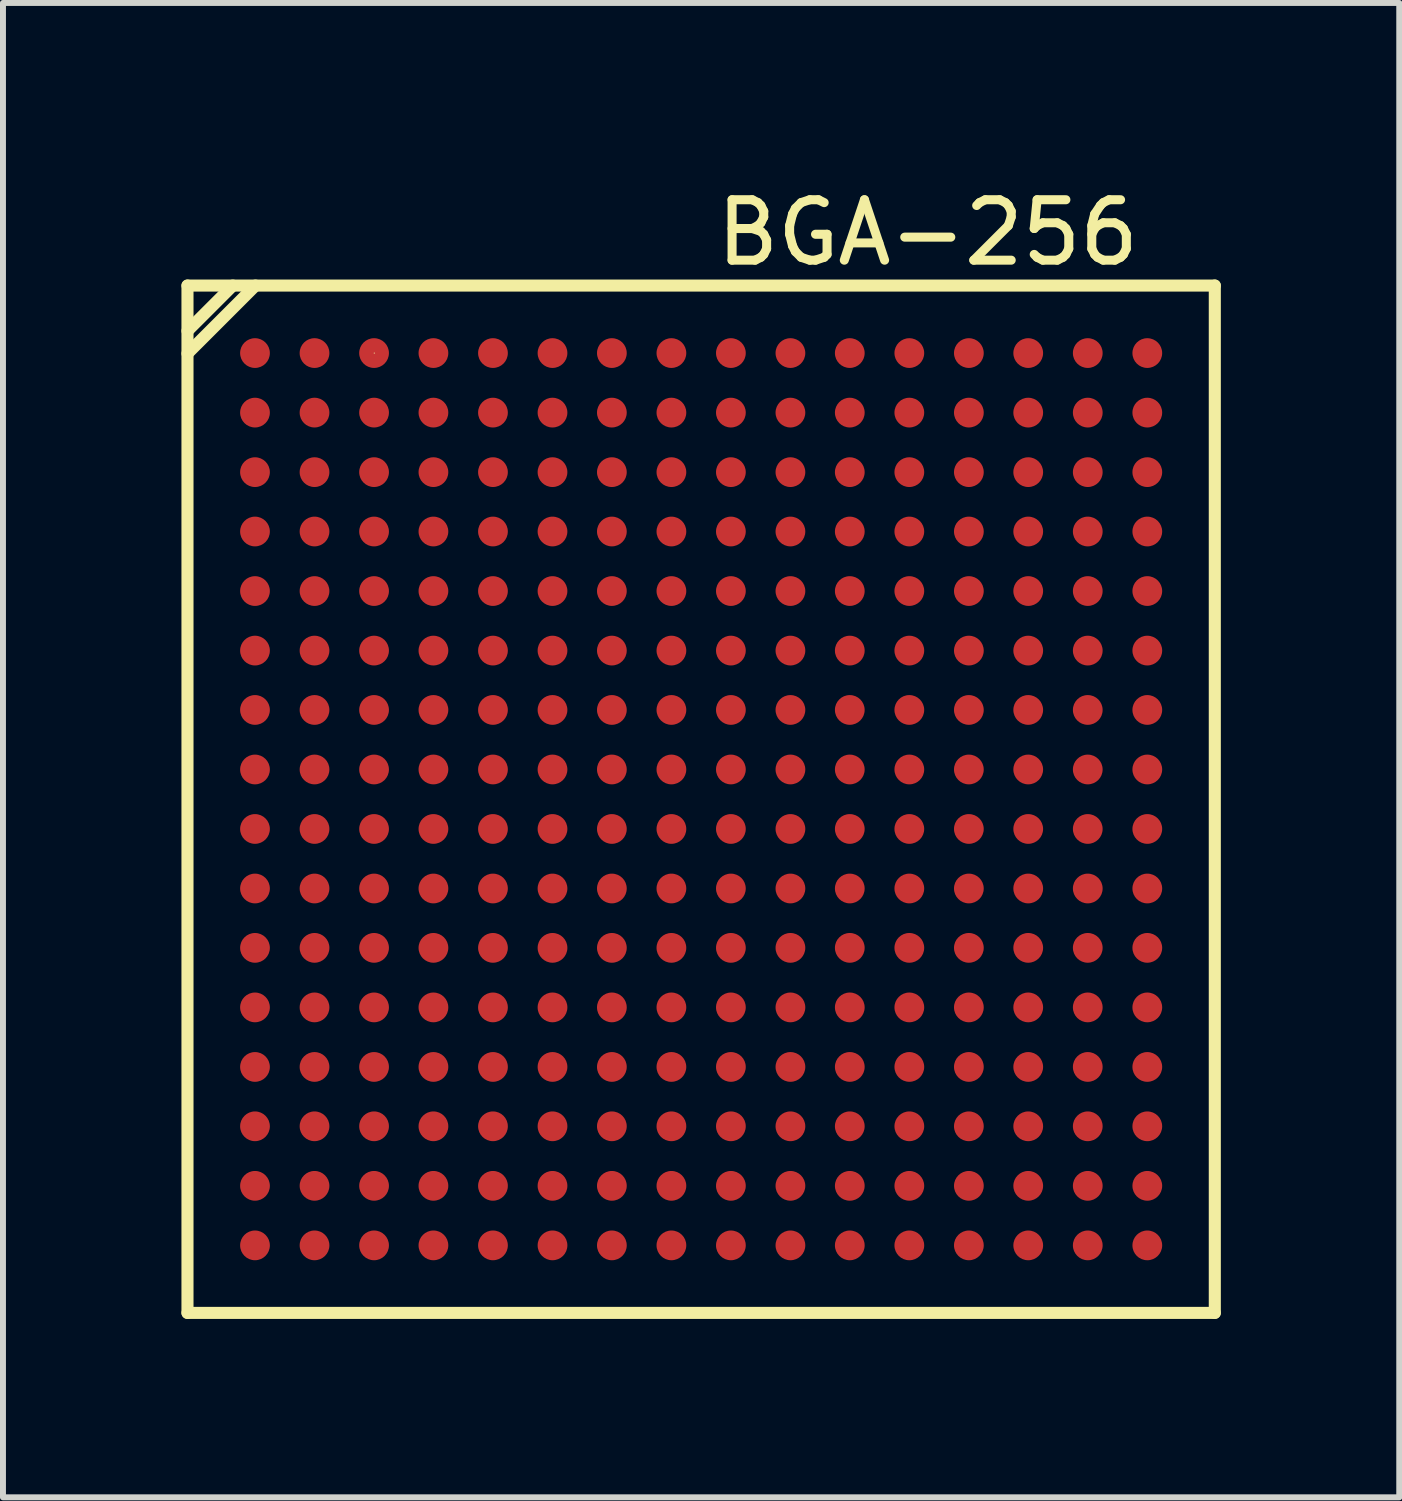
<source format=kicad_pcb>
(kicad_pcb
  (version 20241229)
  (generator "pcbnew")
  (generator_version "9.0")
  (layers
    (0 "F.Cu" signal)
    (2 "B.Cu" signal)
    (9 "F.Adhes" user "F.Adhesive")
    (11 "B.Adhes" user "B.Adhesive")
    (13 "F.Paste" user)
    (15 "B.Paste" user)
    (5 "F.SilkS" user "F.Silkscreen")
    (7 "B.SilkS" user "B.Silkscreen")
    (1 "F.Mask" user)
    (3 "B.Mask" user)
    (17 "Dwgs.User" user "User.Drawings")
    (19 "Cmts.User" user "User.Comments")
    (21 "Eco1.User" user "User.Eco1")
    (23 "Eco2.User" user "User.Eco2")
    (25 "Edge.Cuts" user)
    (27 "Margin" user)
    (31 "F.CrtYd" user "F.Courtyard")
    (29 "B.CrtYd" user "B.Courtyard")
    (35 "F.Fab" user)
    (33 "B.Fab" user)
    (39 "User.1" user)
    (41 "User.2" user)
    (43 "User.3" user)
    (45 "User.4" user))
  (footprint "BGA-256"
    (layer "F.Cu")
    (at 8.738 10.387)
    (property "Reference" "BGA-256" (at 3.81 -9.525 0) (layer "F.SilkS") (effects (font (size 1.016 1.016) (thickness 0.152))))
    (attr smd)
    (fp_line (start -8.636 -8.636) (end 8.636 -8.636) (stroke (width 0.203) (type solid)) (layer "F.SilkS"))
    (fp_line (start -8.636 -7.874) (end -7.874 -8.636) (stroke (width 0.203) (type solid)) (layer "F.SilkS"))
    (fp_line (start -8.636 -7.493) (end -7.493 -8.636) (stroke (width 0.203) (type solid)) (layer "F.SilkS"))
    (fp_line (start -8.636 8.636) (end -8.636 -8.636) (stroke (width 0.203) (type solid)) (layer "F.SilkS"))
    (fp_line (start -5.499 -7.501) (end -5.489 -7.501) (stroke (width 0.013) (type solid)) (layer "F.SilkS"))
    (fp_line (start 8.636 -8.636) (end 8.636 8.636) (stroke (width 0.203) (type solid)) (layer "F.SilkS"))
    (fp_line (start 8.636 8.636) (end -8.636 8.636) (stroke (width 0.203) (type solid)) (layer "F.SilkS"))
    (pad "A1" smd circle (at -7.501 -7.501) (size 0.5 0.5) (layers "F.Cu" "F.Mask" "F.Paste"))
    (pad "A2" smd circle (at -6.5 -7.501) (size 0.5 0.5) (layers "F.Cu" "F.Mask" "F.Paste"))
    (pad "A3" smd circle (at -5.499 -7.501) (size 0.5 0.5) (layers "F.Cu" "F.Mask" "F.Paste"))
    (pad "A4" smd circle (at -4.501 -7.501) (size 0.5 0.5) (layers "F.Cu" "F.Mask" "F.Paste"))
    (pad "A5" smd circle (at -3.5 -7.501) (size 0.5 0.5) (layers "F.Cu" "F.Mask" "F.Paste"))
    (pad "A6" smd circle (at -2.499 -7.501) (size 0.5 0.5) (layers "F.Cu" "F.Mask" "F.Paste"))
    (pad "A7" smd circle (at -1.501 -7.501) (size 0.5 0.5) (layers "F.Cu" "F.Mask" "F.Paste"))
    (pad "A8" smd circle (at -0.5 -7.501) (size 0.5 0.5) (layers "F.Cu" "F.Mask" "F.Paste"))
    (pad "A9" smd circle (at 0.5 -7.501) (size 0.5 0.5) (layers "F.Cu" "F.Mask" "F.Paste"))
    (pad "A10" smd circle (at 1.501 -7.501) (size 0.5 0.5) (layers "F.Cu" "F.Mask" "F.Paste"))
    (pad "A11" smd circle (at 2.499 -7.501) (size 0.5 0.5) (layers "F.Cu" "F.Mask" "F.Paste"))
    (pad "A12" smd circle (at 3.5 -7.501) (size 0.5 0.5) (layers "F.Cu" "F.Mask" "F.Paste"))
    (pad "A13" smd circle (at 4.501 -7.501) (size 0.5 0.5) (layers "F.Cu" "F.Mask" "F.Paste"))
    (pad "A14" smd circle (at 5.499 -7.501) (size 0.5 0.5) (layers "F.Cu" "F.Mask" "F.Paste"))
    (pad "A15" smd circle (at 6.5 -7.501) (size 0.5 0.5) (layers "F.Cu" "F.Mask" "F.Paste"))
    (pad "A16" smd circle (at 7.501 -7.501) (size 0.5 0.5) (layers "F.Cu" "F.Mask" "F.Paste"))
    (pad "B1" smd circle (at -7.501 -6.5) (size 0.5 0.5) (layers "F.Cu" "F.Mask" "F.Paste"))
    (pad "B2" smd circle (at -6.5 -6.5) (size 0.5 0.5) (layers "F.Cu" "F.Mask" "F.Paste"))
    (pad "B3" smd circle (at -5.499 -6.5) (size 0.5 0.5) (layers "F.Cu" "F.Mask" "F.Paste"))
    (pad "B4" smd circle (at -4.501 -6.5) (size 0.5 0.5) (layers "F.Cu" "F.Mask" "F.Paste"))
    (pad "B5" smd circle (at -3.5 -6.5) (size 0.5 0.5) (layers "F.Cu" "F.Mask" "F.Paste"))
    (pad "B6" smd circle (at -2.499 -6.5) (size 0.5 0.5) (layers "F.Cu" "F.Mask" "F.Paste"))
    (pad "B7" smd circle (at -1.501 -6.5) (size 0.5 0.5) (layers "F.Cu" "F.Mask" "F.Paste"))
    (pad "B8" smd circle (at -0.5 -6.5) (size 0.5 0.5) (layers "F.Cu" "F.Mask" "F.Paste"))
    (pad "B9" smd circle (at 0.5 -6.5) (size 0.5 0.5) (layers "F.Cu" "F.Mask" "F.Paste"))
    (pad "B10" smd circle (at 1.501 -6.5) (size 0.5 0.5) (layers "F.Cu" "F.Mask" "F.Paste"))
    (pad "B11" smd circle (at 2.499 -6.5) (size 0.5 0.5) (layers "F.Cu" "F.Mask" "F.Paste"))
    (pad "B12" smd circle (at 3.5 -6.5) (size 0.5 0.5) (layers "F.Cu" "F.Mask" "F.Paste"))
    (pad "B13" smd circle (at 4.501 -6.5) (size 0.5 0.5) (layers "F.Cu" "F.Mask" "F.Paste"))
    (pad "B14" smd circle (at 5.499 -6.5) (size 0.5 0.5) (layers "F.Cu" "F.Mask" "F.Paste"))
    (pad "B15" smd circle (at 6.5 -6.5) (size 0.5 0.5) (layers "F.Cu" "F.Mask" "F.Paste"))
    (pad "B16" smd circle (at 7.501 -6.5) (size 0.5 0.5) (layers "F.Cu" "F.Mask" "F.Paste"))
    (pad "C1" smd circle (at -7.501 -5.499) (size 0.5 0.5) (layers "F.Cu" "F.Mask" "F.Paste"))
    (pad "C2" smd circle (at -6.5 -5.499) (size 0.5 0.5) (layers "F.Cu" "F.Mask" "F.Paste"))
    (pad "C3" smd circle (at -5.499 -5.499) (size 0.5 0.5) (layers "F.Cu" "F.Mask" "F.Paste"))
    (pad "C4" smd circle (at -4.501 -5.499) (size 0.5 0.5) (layers "F.Cu" "F.Mask" "F.Paste"))
    (pad "C5" smd circle (at -3.5 -5.499) (size 0.5 0.5) (layers "F.Cu" "F.Mask" "F.Paste"))
    (pad "C6" smd circle (at -2.499 -5.499) (size 0.5 0.5) (layers "F.Cu" "F.Mask" "F.Paste"))
    (pad "C7" smd circle (at -1.501 -5.499) (size 0.5 0.5) (layers "F.Cu" "F.Mask" "F.Paste"))
    (pad "C8" smd circle (at -0.5 -5.499) (size 0.5 0.5) (layers "F.Cu" "F.Mask" "F.Paste"))
    (pad "C9" smd circle (at 0.5 -5.499) (size 0.5 0.5) (layers "F.Cu" "F.Mask" "F.Paste"))
    (pad "C10" smd circle (at 1.501 -5.499) (size 0.5 0.5) (layers "F.Cu" "F.Mask" "F.Paste"))
    (pad "C11" smd circle (at 2.499 -5.499) (size 0.5 0.5) (layers "F.Cu" "F.Mask" "F.Paste"))
    (pad "C12" smd circle (at 3.5 -5.499) (size 0.5 0.5) (layers "F.Cu" "F.Mask" "F.Paste"))
    (pad "C13" smd circle (at 4.501 -5.499) (size 0.5 0.5) (layers "F.Cu" "F.Mask" "F.Paste"))
    (pad "C14" smd circle (at 5.499 -5.499) (size 0.5 0.5) (layers "F.Cu" "F.Mask" "F.Paste"))
    (pad "C15" smd circle (at 6.5 -5.499) (size 0.5 0.5) (layers "F.Cu" "F.Mask" "F.Paste"))
    (pad "C16" smd circle (at 7.501 -5.499) (size 0.5 0.5) (layers "F.Cu" "F.Mask" "F.Paste"))
    (pad "D1" smd circle (at -7.501 -4.501) (size 0.5 0.5) (layers "F.Cu" "F.Mask" "F.Paste"))
    (pad "D2" smd circle (at -6.5 -4.501) (size 0.5 0.5) (layers "F.Cu" "F.Mask" "F.Paste"))
    (pad "D3" smd circle (at -5.499 -4.501) (size 0.5 0.5) (layers "F.Cu" "F.Mask" "F.Paste"))
    (pad "D4" smd circle (at -4.501 -4.501) (size 0.5 0.5) (layers "F.Cu" "F.Mask" "F.Paste"))
    (pad "D5" smd circle (at -3.5 -4.501) (size 0.5 0.5) (layers "F.Cu" "F.Mask" "F.Paste"))
    (pad "D6" smd circle (at -2.499 -4.501) (size 0.5 0.5) (layers "F.Cu" "F.Mask" "F.Paste"))
    (pad "D7" smd circle (at -1.501 -4.501) (size 0.5 0.5) (layers "F.Cu" "F.Mask" "F.Paste"))
    (pad "D8" smd circle (at -0.5 -4.501) (size 0.5 0.5) (layers "F.Cu" "F.Mask" "F.Paste"))
    (pad "D9" smd circle (at 0.5 -4.501) (size 0.5 0.5) (layers "F.Cu" "F.Mask" "F.Paste"))
    (pad "D10" smd circle (at 1.501 -4.501) (size 0.5 0.5) (layers "F.Cu" "F.Mask" "F.Paste"))
    (pad "D11" smd circle (at 2.499 -4.501) (size 0.5 0.5) (layers "F.Cu" "F.Mask" "F.Paste"))
    (pad "D12" smd circle (at 3.5 -4.501) (size 0.5 0.5) (layers "F.Cu" "F.Mask" "F.Paste"))
    (pad "D13" smd circle (at 4.501 -4.501) (size 0.5 0.5) (layers "F.Cu" "F.Mask" "F.Paste"))
    (pad "D14" smd circle (at 5.499 -4.501) (size 0.5 0.5) (layers "F.Cu" "F.Mask" "F.Paste"))
    (pad "D15" smd circle (at 6.5 -4.501) (size 0.5 0.5) (layers "F.Cu" "F.Mask" "F.Paste"))
    (pad "D16" smd circle (at 7.501 -4.501) (size 0.5 0.5) (layers "F.Cu" "F.Mask" "F.Paste"))
    (pad "E1" smd circle (at -7.501 -3.5) (size 0.5 0.5) (layers "F.Cu" "F.Mask" "F.Paste"))
    (pad "E2" smd circle (at -6.5 -3.5) (size 0.5 0.5) (layers "F.Cu" "F.Mask" "F.Paste"))
    (pad "E3" smd circle (at -5.499 -3.5) (size 0.5 0.5) (layers "F.Cu" "F.Mask" "F.Paste"))
    (pad "E4" smd circle (at -4.501 -3.5) (size 0.5 0.5) (layers "F.Cu" "F.Mask" "F.Paste"))
    (pad "E5" smd circle (at -3.5 -3.5) (size 0.5 0.5) (layers "F.Cu" "F.Mask" "F.Paste"))
    (pad "E6" smd circle (at -2.499 -3.5) (size 0.5 0.5) (layers "F.Cu" "F.Mask" "F.Paste"))
    (pad "E7" smd circle (at -1.501 -3.5) (size 0.5 0.5) (layers "F.Cu" "F.Mask" "F.Paste"))
    (pad "E8" smd circle (at -0.5 -3.5) (size 0.5 0.5) (layers "F.Cu" "F.Mask" "F.Paste"))
    (pad "E9" smd circle (at 0.5 -3.5) (size 0.5 0.5) (layers "F.Cu" "F.Mask" "F.Paste"))
    (pad "E10" smd circle (at 1.501 -3.5) (size 0.5 0.5) (layers "F.Cu" "F.Mask" "F.Paste"))
    (pad "E11" smd circle (at 2.499 -3.5) (size 0.5 0.5) (layers "F.Cu" "F.Mask" "F.Paste"))
    (pad "E12" smd circle (at 3.5 -3.5) (size 0.5 0.5) (layers "F.Cu" "F.Mask" "F.Paste"))
    (pad "E13" smd circle (at 4.501 -3.5) (size 0.5 0.5) (layers "F.Cu" "F.Mask" "F.Paste"))
    (pad "E14" smd circle (at 5.499 -3.5) (size 0.5 0.5) (layers "F.Cu" "F.Mask" "F.Paste"))
    (pad "E15" smd circle (at 6.5 -3.5) (size 0.5 0.5) (layers "F.Cu" "F.Mask" "F.Paste"))
    (pad "E16" smd circle (at 7.501 -3.5) (size 0.5 0.5) (layers "F.Cu" "F.Mask" "F.Paste"))
    (pad "F1" smd circle (at -7.501 -2.499) (size 0.5 0.5) (layers "F.Cu" "F.Mask" "F.Paste"))
    (pad "F2" smd circle (at -6.5 -2.499) (size 0.5 0.5) (layers "F.Cu" "F.Mask" "F.Paste"))
    (pad "F3" smd circle (at -5.499 -2.499) (size 0.5 0.5) (layers "F.Cu" "F.Mask" "F.Paste"))
    (pad "F4" smd circle (at -4.501 -2.499) (size 0.5 0.5) (layers "F.Cu" "F.Mask" "F.Paste"))
    (pad "F5" smd circle (at -3.5 -2.499) (size 0.5 0.5) (layers "F.Cu" "F.Mask" "F.Paste"))
    (pad "F6" smd circle (at -2.499 -2.499) (size 0.5 0.5) (layers "F.Cu" "F.Mask" "F.Paste"))
    (pad "F7" smd circle (at -1.501 -2.499) (size 0.5 0.5) (layers "F.Cu" "F.Mask" "F.Paste"))
    (pad "F8" smd circle (at -0.5 -2.499) (size 0.5 0.5) (layers "F.Cu" "F.Mask" "F.Paste"))
    (pad "F9" smd circle (at 0.5 -2.499) (size 0.5 0.5) (layers "F.Cu" "F.Mask" "F.Paste"))
    (pad "F10" smd circle (at 1.501 -2.499) (size 0.5 0.5) (layers "F.Cu" "F.Mask" "F.Paste"))
    (pad "F11" smd circle (at 2.499 -2.499) (size 0.5 0.5) (layers "F.Cu" "F.Mask" "F.Paste"))
    (pad "F12" smd circle (at 3.5 -2.499) (size 0.5 0.5) (layers "F.Cu" "F.Mask" "F.Paste"))
    (pad "F13" smd circle (at 4.501 -2.499) (size 0.5 0.5) (layers "F.Cu" "F.Mask" "F.Paste"))
    (pad "F14" smd circle (at 5.499 -2.499) (size 0.5 0.5) (layers "F.Cu" "F.Mask" "F.Paste"))
    (pad "F15" smd circle (at 6.5 -2.499) (size 0.5 0.5) (layers "F.Cu" "F.Mask" "F.Paste"))
    (pad "F16" smd circle (at 7.501 -2.499) (size 0.5 0.5) (layers "F.Cu" "F.Mask" "F.Paste"))
    (pad "G1" smd circle (at -7.501 -1.501) (size 0.5 0.5) (layers "F.Cu" "F.Mask" "F.Paste"))
    (pad "G2" smd circle (at -6.5 -1.501) (size 0.5 0.5) (layers "F.Cu" "F.Mask" "F.Paste"))
    (pad "G3" smd circle (at -5.499 -1.501) (size 0.5 0.5) (layers "F.Cu" "F.Mask" "F.Paste"))
    (pad "G4" smd circle (at -4.501 -1.501) (size 0.5 0.5) (layers "F.Cu" "F.Mask" "F.Paste"))
    (pad "G5" smd circle (at -3.5 -1.501) (size 0.5 0.5) (layers "F.Cu" "F.Mask" "F.Paste"))
    (pad "G6" smd circle (at -2.499 -1.501) (size 0.5 0.5) (layers "F.Cu" "F.Mask" "F.Paste"))
    (pad "G7" smd circle (at -1.501 -1.501) (size 0.5 0.5) (layers "F.Cu" "F.Mask" "F.Paste"))
    (pad "G8" smd circle (at -0.5 -1.501) (size 0.5 0.5) (layers "F.Cu" "F.Mask" "F.Paste"))
    (pad "G9" smd circle (at 0.5 -1.501) (size 0.5 0.5) (layers "F.Cu" "F.Mask" "F.Paste"))
    (pad "G10" smd circle (at 1.501 -1.501) (size 0.5 0.5) (layers "F.Cu" "F.Mask" "F.Paste"))
    (pad "G11" smd circle (at 2.499 -1.501) (size 0.5 0.5) (layers "F.Cu" "F.Mask" "F.Paste"))
    (pad "G12" smd circle (at 3.5 -1.501) (size 0.5 0.5) (layers "F.Cu" "F.Mask" "F.Paste"))
    (pad "G13" smd circle (at 4.501 -1.501) (size 0.5 0.5) (layers "F.Cu" "F.Mask" "F.Paste"))
    (pad "G14" smd circle (at 5.499 -1.501) (size 0.5 0.5) (layers "F.Cu" "F.Mask" "F.Paste"))
    (pad "G15" smd circle (at 6.5 -1.501) (size 0.5 0.5) (layers "F.Cu" "F.Mask" "F.Paste"))
    (pad "G16" smd circle (at 7.501 -1.501) (size 0.5 0.5) (layers "F.Cu" "F.Mask" "F.Paste"))
    (pad "H1" smd circle (at -7.501 -0.5) (size 0.5 0.5) (layers "F.Cu" "F.Mask" "F.Paste"))
    (pad "H2" smd circle (at -6.5 -0.5) (size 0.5 0.5) (layers "F.Cu" "F.Mask" "F.Paste"))
    (pad "H3" smd circle (at -5.499 -0.5) (size 0.5 0.5) (layers "F.Cu" "F.Mask" "F.Paste"))
    (pad "H4" smd circle (at -4.501 -0.5) (size 0.5 0.5) (layers "F.Cu" "F.Mask" "F.Paste"))
    (pad "H5" smd circle (at -3.5 -0.5) (size 0.5 0.5) (layers "F.Cu" "F.Mask" "F.Paste"))
    (pad "H6" smd circle (at -2.499 -0.5) (size 0.5 0.5) (layers "F.Cu" "F.Mask" "F.Paste"))
    (pad "H7" smd circle (at -1.501 -0.5) (size 0.5 0.5) (layers "F.Cu" "F.Mask" "F.Paste"))
    (pad "H8" smd circle (at -0.5 -0.5) (size 0.5 0.5) (layers "F.Cu" "F.Mask" "F.Paste"))
    (pad "H9" smd circle (at 0.5 -0.5) (size 0.5 0.5) (layers "F.Cu" "F.Mask" "F.Paste"))
    (pad "H10" smd circle (at 1.501 -0.5) (size 0.5 0.5) (layers "F.Cu" "F.Mask" "F.Paste"))
    (pad "H11" smd circle (at 2.499 -0.5) (size 0.5 0.5) (layers "F.Cu" "F.Mask" "F.Paste"))
    (pad "H12" smd circle (at 3.5 -0.5) (size 0.5 0.5) (layers "F.Cu" "F.Mask" "F.Paste"))
    (pad "H13" smd circle (at 4.501 -0.5) (size 0.5 0.5) (layers "F.Cu" "F.Mask" "F.Paste"))
    (pad "H14" smd circle (at 5.499 -0.5) (size 0.5 0.5) (layers "F.Cu" "F.Mask" "F.Paste"))
    (pad "H15" smd circle (at 6.5 -0.5) (size 0.5 0.5) (layers "F.Cu" "F.Mask" "F.Paste"))
    (pad "H16" smd circle (at 7.501 -0.5) (size 0.5 0.5) (layers "F.Cu" "F.Mask" "F.Paste"))
    (pad "J1" smd circle (at -7.501 0.5) (size 0.5 0.5) (layers "F.Cu" "F.Mask" "F.Paste"))
    (pad "J2" smd circle (at -6.5 0.5) (size 0.5 0.5) (layers "F.Cu" "F.Mask" "F.Paste"))
    (pad "J3" smd circle (at -5.499 0.5) (size 0.5 0.5) (layers "F.Cu" "F.Mask" "F.Paste"))
    (pad "J4" smd circle (at -4.501 0.5) (size 0.5 0.5) (layers "F.Cu" "F.Mask" "F.Paste"))
    (pad "J5" smd circle (at -3.5 0.5) (size 0.5 0.5) (layers "F.Cu" "F.Mask" "F.Paste"))
    (pad "J6" smd circle (at -2.499 0.5) (size 0.5 0.5) (layers "F.Cu" "F.Mask" "F.Paste"))
    (pad "J7" smd circle (at -1.501 0.5) (size 0.5 0.5) (layers "F.Cu" "F.Mask" "F.Paste"))
    (pad "J8" smd circle (at -0.5 0.5) (size 0.5 0.5) (layers "F.Cu" "F.Mask" "F.Paste"))
    (pad "J9" smd circle (at 0.5 0.5) (size 0.5 0.5) (layers "F.Cu" "F.Mask" "F.Paste"))
    (pad "J10" smd circle (at 1.501 0.5) (size 0.5 0.5) (layers "F.Cu" "F.Mask" "F.Paste"))
    (pad "J11" smd circle (at 2.499 0.5) (size 0.5 0.5) (layers "F.Cu" "F.Mask" "F.Paste"))
    (pad "J12" smd circle (at 3.5 0.5) (size 0.5 0.5) (layers "F.Cu" "F.Mask" "F.Paste"))
    (pad "J13" smd circle (at 4.501 0.5) (size 0.5 0.5) (layers "F.Cu" "F.Mask" "F.Paste"))
    (pad "J14" smd circle (at 5.499 0.5) (size 0.5 0.5) (layers "F.Cu" "F.Mask" "F.Paste"))
    (pad "J15" smd circle (at 6.5 0.5) (size 0.5 0.5) (layers "F.Cu" "F.Mask" "F.Paste"))
    (pad "J16" smd circle (at 7.501 0.5) (size 0.5 0.5) (layers "F.Cu" "F.Mask" "F.Paste"))
    (pad "K1" smd circle (at -7.501 1.501) (size 0.5 0.5) (layers "F.Cu" "F.Mask" "F.Paste"))
    (pad "K2" smd circle (at -6.5 1.501) (size 0.5 0.5) (layers "F.Cu" "F.Mask" "F.Paste"))
    (pad "K3" smd circle (at -5.499 1.501) (size 0.5 0.5) (layers "F.Cu" "F.Mask" "F.Paste"))
    (pad "K4" smd circle (at -4.501 1.501) (size 0.5 0.5) (layers "F.Cu" "F.Mask" "F.Paste"))
    (pad "K5" smd circle (at -3.5 1.501) (size 0.5 0.5) (layers "F.Cu" "F.Mask" "F.Paste"))
    (pad "K6" smd circle (at -2.499 1.501) (size 0.5 0.5) (layers "F.Cu" "F.Mask" "F.Paste"))
    (pad "K7" smd circle (at -1.501 1.501) (size 0.5 0.5) (layers "F.Cu" "F.Mask" "F.Paste"))
    (pad "K8" smd circle (at -0.5 1.501) (size 0.5 0.5) (layers "F.Cu" "F.Mask" "F.Paste"))
    (pad "K9" smd circle (at 0.5 1.501) (size 0.5 0.5) (layers "F.Cu" "F.Mask" "F.Paste"))
    (pad "K10" smd circle (at 1.501 1.501) (size 0.5 0.5) (layers "F.Cu" "F.Mask" "F.Paste"))
    (pad "K11" smd circle (at 2.499 1.501) (size 0.5 0.5) (layers "F.Cu" "F.Mask" "F.Paste"))
    (pad "K12" smd circle (at 3.5 1.501) (size 0.5 0.5) (layers "F.Cu" "F.Mask" "F.Paste"))
    (pad "K13" smd circle (at 4.501 1.501) (size 0.5 0.5) (layers "F.Cu" "F.Mask" "F.Paste"))
    (pad "K14" smd circle (at 5.499 1.501) (size 0.5 0.5) (layers "F.Cu" "F.Mask" "F.Paste"))
    (pad "K15" smd circle (at 6.5 1.501) (size 0.5 0.5) (layers "F.Cu" "F.Mask" "F.Paste"))
    (pad "K16" smd circle (at 7.501 1.501) (size 0.5 0.5) (layers "F.Cu" "F.Mask" "F.Paste"))
    (pad "L1" smd circle (at -7.501 2.499) (size 0.5 0.5) (layers "F.Cu" "F.Mask" "F.Paste"))
    (pad "L2" smd circle (at -6.5 2.499) (size 0.5 0.5) (layers "F.Cu" "F.Mask" "F.Paste"))
    (pad "L3" smd circle (at -5.499 2.499) (size 0.5 0.5) (layers "F.Cu" "F.Mask" "F.Paste"))
    (pad "L4" smd circle (at -4.501 2.499) (size 0.5 0.5) (layers "F.Cu" "F.Mask" "F.Paste"))
    (pad "L5" smd circle (at -3.5 2.499) (size 0.5 0.5) (layers "F.Cu" "F.Mask" "F.Paste"))
    (pad "L6" smd circle (at -2.499 2.499) (size 0.5 0.5) (layers "F.Cu" "F.Mask" "F.Paste"))
    (pad "L7" smd circle (at -1.501 2.499) (size 0.5 0.5) (layers "F.Cu" "F.Mask" "F.Paste"))
    (pad "L8" smd circle (at -0.5 2.499) (size 0.5 0.5) (layers "F.Cu" "F.Mask" "F.Paste"))
    (pad "L9" smd circle (at 0.5 2.499) (size 0.5 0.5) (layers "F.Cu" "F.Mask" "F.Paste"))
    (pad "L10" smd circle (at 1.501 2.499) (size 0.5 0.5) (layers "F.Cu" "F.Mask" "F.Paste"))
    (pad "L11" smd circle (at 2.499 2.499) (size 0.5 0.5) (layers "F.Cu" "F.Mask" "F.Paste"))
    (pad "L12" smd circle (at 3.5 2.499) (size 0.5 0.5) (layers "F.Cu" "F.Mask" "F.Paste"))
    (pad "L13" smd circle (at 4.501 2.499) (size 0.5 0.5) (layers "F.Cu" "F.Mask" "F.Paste"))
    (pad "L14" smd circle (at 5.499 2.499) (size 0.5 0.5) (layers "F.Cu" "F.Mask" "F.Paste"))
    (pad "L15" smd circle (at 6.5 2.499) (size 0.5 0.5) (layers "F.Cu" "F.Mask" "F.Paste"))
    (pad "L16" smd circle (at 7.501 2.499) (size 0.5 0.5) (layers "F.Cu" "F.Mask" "F.Paste"))
    (pad "M1" smd circle (at -7.501 3.5) (size 0.5 0.5) (layers "F.Cu" "F.Mask" "F.Paste"))
    (pad "M2" smd circle (at -6.5 3.5) (size 0.5 0.5) (layers "F.Cu" "F.Mask" "F.Paste"))
    (pad "M3" smd circle (at -5.499 3.5) (size 0.5 0.5) (layers "F.Cu" "F.Mask" "F.Paste"))
    (pad "M4" smd circle (at -4.501 3.5) (size 0.5 0.5) (layers "F.Cu" "F.Mask" "F.Paste"))
    (pad "M5" smd circle (at -3.5 3.5) (size 0.5 0.5) (layers "F.Cu" "F.Mask" "F.Paste"))
    (pad "M6" smd circle (at -2.499 3.5) (size 0.5 0.5) (layers "F.Cu" "F.Mask" "F.Paste"))
    (pad "M7" smd circle (at -1.501 3.5) (size 0.5 0.5) (layers "F.Cu" "F.Mask" "F.Paste"))
    (pad "M8" smd circle (at -0.5 3.5) (size 0.5 0.5) (layers "F.Cu" "F.Mask" "F.Paste"))
    (pad "M9" smd circle (at 0.5 3.5) (size 0.5 0.5) (layers "F.Cu" "F.Mask" "F.Paste"))
    (pad "M10" smd circle (at 1.501 3.5) (size 0.5 0.5) (layers "F.Cu" "F.Mask" "F.Paste"))
    (pad "M11" smd circle (at 2.499 3.5) (size 0.5 0.5) (layers "F.Cu" "F.Mask" "F.Paste"))
    (pad "M12" smd circle (at 3.5 3.5) (size 0.5 0.5) (layers "F.Cu" "F.Mask" "F.Paste"))
    (pad "M13" smd circle (at 4.501 3.5) (size 0.5 0.5) (layers "F.Cu" "F.Mask" "F.Paste"))
    (pad "M14" smd circle (at 5.499 3.5) (size 0.5 0.5) (layers "F.Cu" "F.Mask" "F.Paste"))
    (pad "M15" smd circle (at 6.5 3.5) (size 0.5 0.5) (layers "F.Cu" "F.Mask" "F.Paste"))
    (pad "M16" smd circle (at 7.501 3.5) (size 0.5 0.5) (layers "F.Cu" "F.Mask" "F.Paste"))
    (pad "N1" smd circle (at -7.501 4.501) (size 0.5 0.5) (layers "F.Cu" "F.Mask" "F.Paste"))
    (pad "N2" smd circle (at -6.5 4.501) (size 0.5 0.5) (layers "F.Cu" "F.Mask" "F.Paste"))
    (pad "N3" smd circle (at -5.499 4.501) (size 0.5 0.5) (layers "F.Cu" "F.Mask" "F.Paste"))
    (pad "N4" smd circle (at -4.501 4.501) (size 0.5 0.5) (layers "F.Cu" "F.Mask" "F.Paste"))
    (pad "N5" smd circle (at -3.5 4.501) (size 0.5 0.5) (layers "F.Cu" "F.Mask" "F.Paste"))
    (pad "N6" smd circle (at -2.499 4.501) (size 0.5 0.5) (layers "F.Cu" "F.Mask" "F.Paste"))
    (pad "N7" smd circle (at -1.501 4.501) (size 0.5 0.5) (layers "F.Cu" "F.Mask" "F.Paste"))
    (pad "N8" smd circle (at -0.5 4.501) (size 0.5 0.5) (layers "F.Cu" "F.Mask" "F.Paste"))
    (pad "N9" smd circle (at 0.5 4.501) (size 0.5 0.5) (layers "F.Cu" "F.Mask" "F.Paste"))
    (pad "N10" smd circle (at 1.501 4.501) (size 0.5 0.5) (layers "F.Cu" "F.Mask" "F.Paste"))
    (pad "N11" smd circle (at 2.499 4.501) (size 0.5 0.5) (layers "F.Cu" "F.Mask" "F.Paste"))
    (pad "N12" smd circle (at 3.5 4.501) (size 0.5 0.5) (layers "F.Cu" "F.Mask" "F.Paste"))
    (pad "N13" smd circle (at 4.501 4.501) (size 0.5 0.5) (layers "F.Cu" "F.Mask" "F.Paste"))
    (pad "N14" smd circle (at 5.499 4.501) (size 0.5 0.5) (layers "F.Cu" "F.Mask" "F.Paste"))
    (pad "N15" smd circle (at 6.5 4.501) (size 0.5 0.5) (layers "F.Cu" "F.Mask" "F.Paste"))
    (pad "N16" smd circle (at 7.501 4.501) (size 0.5 0.5) (layers "F.Cu" "F.Mask" "F.Paste"))
    (pad "P1" smd circle (at -7.501 5.499) (size 0.5 0.5) (layers "F.Cu" "F.Mask" "F.Paste"))
    (pad "P2" smd circle (at -6.5 5.499) (size 0.5 0.5) (layers "F.Cu" "F.Mask" "F.Paste"))
    (pad "P3" smd circle (at -5.499 5.499) (size 0.5 0.5) (layers "F.Cu" "F.Mask" "F.Paste"))
    (pad "P4" smd circle (at -4.501 5.499) (size 0.5 0.5) (layers "F.Cu" "F.Mask" "F.Paste"))
    (pad "P5" smd circle (at -3.5 5.499) (size 0.5 0.5) (layers "F.Cu" "F.Mask" "F.Paste"))
    (pad "P6" smd circle (at -2.499 5.499) (size 0.5 0.5) (layers "F.Cu" "F.Mask" "F.Paste"))
    (pad "P7" smd circle (at -1.501 5.499) (size 0.5 0.5) (layers "F.Cu" "F.Mask" "F.Paste"))
    (pad "P8" smd circle (at -0.5 5.499) (size 0.5 0.5) (layers "F.Cu" "F.Mask" "F.Paste"))
    (pad "P9" smd circle (at 0.5 5.499) (size 0.5 0.5) (layers "F.Cu" "F.Mask" "F.Paste"))
    (pad "P10" smd circle (at 1.501 5.499) (size 0.5 0.5) (layers "F.Cu" "F.Mask" "F.Paste"))
    (pad "P11" smd circle (at 2.499 5.499) (size 0.5 0.5) (layers "F.Cu" "F.Mask" "F.Paste"))
    (pad "P12" smd circle (at 3.5 5.499) (size 0.5 0.5) (layers "F.Cu" "F.Mask" "F.Paste"))
    (pad "P13" smd circle (at 4.501 5.499) (size 0.5 0.5) (layers "F.Cu" "F.Mask" "F.Paste"))
    (pad "P14" smd circle (at 5.499 5.499) (size 0.5 0.5) (layers "F.Cu" "F.Mask" "F.Paste"))
    (pad "P15" smd circle (at 6.5 5.499) (size 0.5 0.5) (layers "F.Cu" "F.Mask" "F.Paste"))
    (pad "P16" smd circle (at 7.501 5.499) (size 0.5 0.5) (layers "F.Cu" "F.Mask" "F.Paste"))
    (pad "R1" smd circle (at -7.501 6.5) (size 0.5 0.5) (layers "F.Cu" "F.Mask" "F.Paste"))
    (pad "R2" smd circle (at -6.5 6.5) (size 0.5 0.5) (layers "F.Cu" "F.Mask" "F.Paste"))
    (pad "R3" smd circle (at -5.499 6.5) (size 0.5 0.5) (layers "F.Cu" "F.Mask" "F.Paste"))
    (pad "R4" smd circle (at -4.501 6.5) (size 0.5 0.5) (layers "F.Cu" "F.Mask" "F.Paste"))
    (pad "R5" smd circle (at -3.5 6.5) (size 0.5 0.5) (layers "F.Cu" "F.Mask" "F.Paste"))
    (pad "R6" smd circle (at -2.499 6.5) (size 0.5 0.5) (layers "F.Cu" "F.Mask" "F.Paste"))
    (pad "R7" smd circle (at -1.501 6.5) (size 0.5 0.5) (layers "F.Cu" "F.Mask" "F.Paste"))
    (pad "R8" smd circle (at -0.5 6.5) (size 0.5 0.5) (layers "F.Cu" "F.Mask" "F.Paste"))
    (pad "R9" smd circle (at 0.5 6.5) (size 0.5 0.5) (layers "F.Cu" "F.Mask" "F.Paste"))
    (pad "R10" smd circle (at 1.501 6.5) (size 0.5 0.5) (layers "F.Cu" "F.Mask" "F.Paste"))
    (pad "R11" smd circle (at 2.499 6.5) (size 0.5 0.5) (layers "F.Cu" "F.Mask" "F.Paste"))
    (pad "R12" smd circle (at 3.5 6.5) (size 0.5 0.5) (layers "F.Cu" "F.Mask" "F.Paste"))
    (pad "R13" smd circle (at 4.501 6.5) (size 0.5 0.5) (layers "F.Cu" "F.Mask" "F.Paste"))
    (pad "R14" smd circle (at 5.499 6.5) (size 0.5 0.5) (layers "F.Cu" "F.Mask" "F.Paste"))
    (pad "R15" smd circle (at 6.5 6.5) (size 0.5 0.5) (layers "F.Cu" "F.Mask" "F.Paste"))
    (pad "R16" smd circle (at 7.501 6.5) (size 0.5 0.5) (layers "F.Cu" "F.Mask" "F.Paste"))
    (pad "T1" smd circle (at -7.501 7.501) (size 0.5 0.5) (layers "F.Cu" "F.Mask" "F.Paste"))
    (pad "T2" smd circle (at -6.5 7.501) (size 0.5 0.5) (layers "F.Cu" "F.Mask" "F.Paste"))
    (pad "T3" smd circle (at -5.499 7.501) (size 0.5 0.5) (layers "F.Cu" "F.Mask" "F.Paste"))
    (pad "T4" smd circle (at -4.501 7.501) (size 0.5 0.5) (layers "F.Cu" "F.Mask" "F.Paste"))
    (pad "T5" smd circle (at -3.5 7.501) (size 0.5 0.5) (layers "F.Cu" "F.Mask" "F.Paste"))
    (pad "T6" smd circle (at -2.499 7.501) (size 0.5 0.5) (layers "F.Cu" "F.Mask" "F.Paste"))
    (pad "T7" smd circle (at -1.501 7.501) (size 0.5 0.5) (layers "F.Cu" "F.Mask" "F.Paste"))
    (pad "T8" smd circle (at -0.5 7.501) (size 0.5 0.5) (layers "F.Cu" "F.Mask" "F.Paste"))
    (pad "T9" smd circle (at 0.5 7.501) (size 0.5 0.5) (layers "F.Cu" "F.Mask" "F.Paste"))
    (pad "T10" smd circle (at 1.501 7.501) (size 0.5 0.5) (layers "F.Cu" "F.Mask" "F.Paste"))
    (pad "T11" smd circle (at 2.499 7.501) (size 0.5 0.5) (layers "F.Cu" "F.Mask" "F.Paste"))
    (pad "T12" smd circle (at 3.5 7.501) (size 0.5 0.5) (layers "F.Cu" "F.Mask" "F.Paste"))
    (pad "T13" smd circle (at 4.501 7.501) (size 0.5 0.5) (layers "F.Cu" "F.Mask" "F.Paste"))
    (pad "T14" smd circle (at 5.499 7.501) (size 0.5 0.5) (layers "F.Cu" "F.Mask" "F.Paste"))
    (pad "T15" smd circle (at 6.5 7.501) (size 0.5 0.5) (layers "F.Cu" "F.Mask" "F.Paste"))
    (pad "T16" smd circle (at 7.501 7.501) (size 0.5 0.5) (layers "F.Cu" "F.Mask" "F.Paste")))
  (gr_rect
    (start -3 -3)
    (end 20.475 22.124)
    (stroke (width 0.1) (type default))
    (fill no)
    (layer "Edge.Cuts")))
</source>
